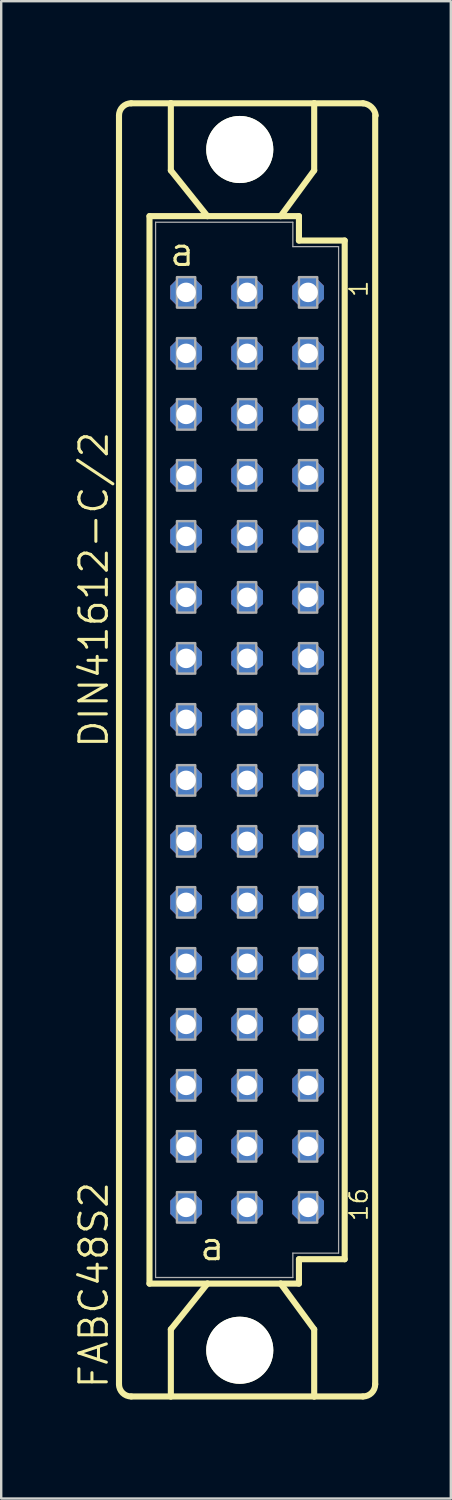
<source format=kicad_pcb>
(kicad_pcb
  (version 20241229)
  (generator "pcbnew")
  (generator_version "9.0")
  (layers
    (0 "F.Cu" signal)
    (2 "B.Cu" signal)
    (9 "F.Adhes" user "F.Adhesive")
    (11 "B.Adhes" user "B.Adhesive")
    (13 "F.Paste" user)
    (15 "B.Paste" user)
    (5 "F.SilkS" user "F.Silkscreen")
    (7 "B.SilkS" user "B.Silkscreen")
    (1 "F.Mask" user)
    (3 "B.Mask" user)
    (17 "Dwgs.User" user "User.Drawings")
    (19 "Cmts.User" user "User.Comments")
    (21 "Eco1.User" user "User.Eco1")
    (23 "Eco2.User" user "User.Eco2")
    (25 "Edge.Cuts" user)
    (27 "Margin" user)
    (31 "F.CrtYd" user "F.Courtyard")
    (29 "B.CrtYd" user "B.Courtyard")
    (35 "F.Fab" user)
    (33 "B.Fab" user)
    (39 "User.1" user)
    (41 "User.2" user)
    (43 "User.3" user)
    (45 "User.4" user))
  (footprint "FABC48S2"
    (layer "F.Cu")
    (at 7.239 28.175)
    (property "Reference" "FABC48S2" (at -5.715 26.67 90) (layer "F.SilkS") (effects (font (size 1.143 1.143) (thickness 0.127)) (justify left bottom)))
    (fp_line (start -5.334 26.416) (end -5.334 -26.416) (stroke (width 0.254) (type solid)) (layer "F.SilkS"))
    (fp_line (start -4.826 26.924) (end -3.175 26.924) (stroke (width 0.254) (type solid)) (layer "F.SilkS"))
    (fp_line (start -4.064 22.225) (end -4.064 -22.225) (stroke (width 0.254) (type solid)) (layer "F.SilkS"))
    (fp_line (start -3.175 -26.924) (end -4.826 -26.924) (stroke (width 0.254) (type solid)) (layer "F.SilkS"))
    (fp_line (start -3.175 -26.924) (end -3.175 -24.13) (stroke (width 0.254) (type solid)) (layer "F.SilkS"))
    (fp_line (start -3.175 26.924) (end -3.175 24.13) (stroke (width 0.254) (type solid)) (layer "F.SilkS"))
    (fp_line (start -3.175 26.924) (end 2.794 26.924) (stroke (width 0.254) (type solid)) (layer "F.SilkS"))
    (fp_line (start -1.651 -22.225) (end -4.064 -22.225) (stroke (width 0.254) (type solid)) (layer "F.SilkS"))
    (fp_line (start -1.651 -22.225) (end -3.175 -24.13) (stroke (width 0.254) (type solid)) (layer "F.SilkS"))
    (fp_line (start -1.651 -22.225) (end 1.397 -22.225) (stroke (width 0.254) (type solid)) (layer "F.SilkS"))
    (fp_line (start -1.651 22.225) (end -4.064 22.225) (stroke (width 0.254) (type solid)) (layer "F.SilkS"))
    (fp_line (start -1.651 22.225) (end -3.175 24.13) (stroke (width 0.254) (type solid)) (layer "F.SilkS"))
    (fp_line (start 1.397 -22.225) (end 2.159 -22.225) (stroke (width 0.254) (type solid)) (layer "F.SilkS"))
    (fp_line (start 1.397 -22.225) (end 2.794 -24.13) (stroke (width 0.254) (type solid)) (layer "F.SilkS"))
    (fp_line (start 1.397 22.225) (end -1.651 22.225) (stroke (width 0.254) (type solid)) (layer "F.SilkS"))
    (fp_line (start 1.397 22.225) (end 2.794 24.13) (stroke (width 0.254) (type solid)) (layer "F.SilkS"))
    (fp_line (start 2.159 -21.209) (end 2.159 -22.225) (stroke (width 0.254) (type solid)) (layer "F.SilkS"))
    (fp_line (start 2.159 21.209) (end 4.064 21.209) (stroke (width 0.254) (type solid)) (layer "F.SilkS"))
    (fp_line (start 2.159 22.225) (end 1.397 22.225) (stroke (width 0.254) (type solid)) (layer "F.SilkS"))
    (fp_line (start 2.159 22.225) (end 2.159 21.209) (stroke (width 0.254) (type solid)) (layer "F.SilkS"))
    (fp_line (start 2.794 -26.924) (end -3.175 -26.924) (stroke (width 0.254) (type solid)) (layer "F.SilkS"))
    (fp_line (start 2.794 -24.13) (end 2.794 -26.924) (stroke (width 0.254) (type solid)) (layer "F.SilkS"))
    (fp_line (start 2.794 26.924) (end 2.794 24.13) (stroke (width 0.254) (type solid)) (layer "F.SilkS"))
    (fp_line (start 2.794 26.924) (end 4.826 26.924) (stroke (width 0.254) (type solid)) (layer "F.SilkS"))
    (fp_line (start 4.064 -21.209) (end 2.159 -21.209) (stroke (width 0.254) (type solid)) (layer "F.SilkS"))
    (fp_line (start 4.064 21.209) (end 4.064 -21.209) (stroke (width 0.254) (type solid)) (layer "F.SilkS"))
    (fp_line (start 4.826 -26.924) (end 2.794 -26.924) (stroke (width 0.254) (type solid)) (layer "F.SilkS"))
    (fp_line (start 5.334 -26.416) (end 5.334 26.416) (stroke (width 0.254) (type solid)) (layer "F.SilkS"))
    (fp_arc (start -5.334 -26.416) (mid -5.18521 -26.77521) (end -4.826 -26.924) (stroke (width 0.254) (type solid)) (layer "F.SilkS"))
    (fp_arc (start -4.826 26.924) (mid -5.18521 26.77521) (end -5.334 26.416) (stroke (width 0.254) (type solid)) (layer "F.SilkS"))
    (fp_arc (start 4.826 -26.924) (mid 5.179437 -26.764314) (end 5.356 -26.418999) (stroke (width 0.254) (type solid)) (layer "F.SilkS"))
    (fp_arc (start 5.334 26.416) (mid 5.18521 26.77521) (end 4.826 26.924) (stroke (width 0.254) (type solid)) (layer "F.SilkS"))
    (fp_circle (center -0.305 -25) (end 0.965 -25) (stroke (width 0.254) (type solid)) (fill no) (layer "F.SilkS"))
    (fp_circle (center -0.305 25) (end 0.965 25) (stroke (width 0.254) (type solid)) (fill no) (layer "F.SilkS"))
    (fp_line (start -3.81 -21.971) (end -3.81 21.971) (stroke (width 0.051) (type solid)) (layer "F.Fab"))
    (fp_line (start 1.905 -21.971) (end -3.81 -21.971) (stroke (width 0.051) (type solid)) (layer "F.Fab"))
    (fp_line (start 1.905 -20.955) (end 1.905 -21.971) (stroke (width 0.051) (type solid)) (layer "F.Fab"))
    (fp_line (start 1.905 20.955) (end 1.905 21.971) (stroke (width 0.051) (type solid)) (layer "F.Fab"))
    (fp_line (start 1.905 20.955) (end 3.81 20.955) (stroke (width 0.051) (type solid)) (layer "F.Fab"))
    (fp_line (start 1.905 21.971) (end -3.81 21.971) (stroke (width 0.051) (type solid)) (layer "F.Fab"))
    (fp_line (start 3.81 -20.955) (end 1.905 -20.955) (stroke (width 0.051) (type solid)) (layer "F.Fab"))
    (fp_line (start 3.81 20.955) (end 3.81 -20.955) (stroke (width 0.051) (type solid)) (layer "F.Fab"))
    (fp_poly (pts (xy -2.921 -18.415) (xy -2.159 -18.415) (xy -2.159 -19.685) (xy -2.921 -19.685)) (stroke (width 0.1) (type default)) (fill no) (layer "F.Fab"))
    (fp_poly (pts (xy -2.921 -15.875) (xy -2.159 -15.875) (xy -2.159 -17.145) (xy -2.921 -17.145)) (stroke (width 0.1) (type default)) (fill no) (layer "F.Fab"))
    (fp_poly (pts (xy -2.921 -13.335) (xy -2.159 -13.335) (xy -2.159 -14.605) (xy -2.921 -14.605)) (stroke (width 0.1) (type default)) (fill no) (layer "F.Fab"))
    (fp_poly (pts (xy -2.921 -10.795) (xy -2.159 -10.795) (xy -2.159 -12.065) (xy -2.921 -12.065)) (stroke (width 0.1) (type default)) (fill no) (layer "F.Fab"))
    (fp_poly (pts (xy -2.921 -8.255) (xy -2.159 -8.255) (xy -2.159 -9.525) (xy -2.921 -9.525)) (stroke (width 0.1) (type default)) (fill no) (layer "F.Fab"))
    (fp_poly (pts (xy -2.921 -5.715) (xy -2.159 -5.715) (xy -2.159 -6.985) (xy -2.921 -6.985)) (stroke (width 0.1) (type default)) (fill no) (layer "F.Fab"))
    (fp_poly (pts (xy -2.921 -3.175) (xy -2.159 -3.175) (xy -2.159 -4.445) (xy -2.921 -4.445)) (stroke (width 0.1) (type default)) (fill no) (layer "F.Fab"))
    (fp_poly (pts (xy -2.921 -0.635) (xy -2.159 -0.635) (xy -2.159 -1.905) (xy -2.921 -1.905)) (stroke (width 0.1) (type default)) (fill no) (layer "F.Fab"))
    (fp_poly (pts (xy -2.921 1.905) (xy -2.159 1.905) (xy -2.159 0.635) (xy -2.921 0.635)) (stroke (width 0.1) (type default)) (fill no) (layer "F.Fab"))
    (fp_poly (pts (xy -2.921 4.445) (xy -2.159 4.445) (xy -2.159 3.175) (xy -2.921 3.175)) (stroke (width 0.1) (type default)) (fill no) (layer "F.Fab"))
    (fp_poly (pts (xy -2.921 6.985) (xy -2.159 6.985) (xy -2.159 5.715) (xy -2.921 5.715)) (stroke (width 0.1) (type default)) (fill no) (layer "F.Fab"))
    (fp_poly (pts (xy -2.921 9.525) (xy -2.159 9.525) (xy -2.159 8.255) (xy -2.921 8.255)) (stroke (width 0.1) (type default)) (fill no) (layer "F.Fab"))
    (fp_poly (pts (xy -2.921 12.065) (xy -2.159 12.065) (xy -2.159 10.795) (xy -2.921 10.795)) (stroke (width 0.1) (type default)) (fill no) (layer "F.Fab"))
    (fp_poly (pts (xy -2.921 14.605) (xy -2.159 14.605) (xy -2.159 13.335) (xy -2.921 13.335)) (stroke (width 0.1) (type default)) (fill no) (layer "F.Fab"))
    (fp_poly (pts (xy -2.921 17.145) (xy -2.159 17.145) (xy -2.159 15.875) (xy -2.921 15.875)) (stroke (width 0.1) (type default)) (fill no) (layer "F.Fab"))
    (fp_poly (pts (xy -2.921 19.685) (xy -2.159 19.685) (xy -2.159 18.415) (xy -2.921 18.415)) (stroke (width 0.1) (type default)) (fill no) (layer "F.Fab"))
    (fp_poly (pts (xy -0.381 -18.415) (xy 0.381 -18.415) (xy 0.381 -19.685) (xy -0.381 -19.685)) (stroke (width 0.1) (type default)) (fill no) (layer "F.Fab"))
    (fp_poly (pts (xy -0.381 -15.875) (xy 0.381 -15.875) (xy 0.381 -17.145) (xy -0.381 -17.145)) (stroke (width 0.1) (type default)) (fill no) (layer "F.Fab"))
    (fp_poly (pts (xy -0.381 -13.335) (xy 0.381 -13.335) (xy 0.381 -14.605) (xy -0.381 -14.605)) (stroke (width 0.1) (type default)) (fill no) (layer "F.Fab"))
    (fp_poly (pts (xy -0.381 -10.795) (xy 0.381 -10.795) (xy 0.381 -12.065) (xy -0.381 -12.065)) (stroke (width 0.1) (type default)) (fill no) (layer "F.Fab"))
    (fp_poly (pts (xy -0.381 -8.255) (xy 0.381 -8.255) (xy 0.381 -9.525) (xy -0.381 -9.525)) (stroke (width 0.1) (type default)) (fill no) (layer "F.Fab"))
    (fp_poly (pts (xy -0.381 -5.715) (xy 0.381 -5.715) (xy 0.381 -6.985) (xy -0.381 -6.985)) (stroke (width 0.1) (type default)) (fill no) (layer "F.Fab"))
    (fp_poly (pts (xy -0.381 -3.175) (xy 0.381 -3.175) (xy 0.381 -4.445) (xy -0.381 -4.445)) (stroke (width 0.1) (type default)) (fill no) (layer "F.Fab"))
    (fp_poly (pts (xy -0.381 -0.635) (xy 0.381 -0.635) (xy 0.381 -1.905) (xy -0.381 -1.905)) (stroke (width 0.1) (type default)) (fill no) (layer "F.Fab"))
    (fp_poly (pts (xy -0.381 1.905) (xy 0.381 1.905) (xy 0.381 0.635) (xy -0.381 0.635)) (stroke (width 0.1) (type default)) (fill no) (layer "F.Fab"))
    (fp_poly (pts (xy -0.381 4.445) (xy 0.381 4.445) (xy 0.381 3.175) (xy -0.381 3.175)) (stroke (width 0.1) (type default)) (fill no) (layer "F.Fab"))
    (fp_poly (pts (xy -0.381 6.985) (xy 0.381 6.985) (xy 0.381 5.715) (xy -0.381 5.715)) (stroke (width 0.1) (type default)) (fill no) (layer "F.Fab"))
    (fp_poly (pts (xy -0.381 9.525) (xy 0.381 9.525) (xy 0.381 8.255) (xy -0.381 8.255)) (stroke (width 0.1) (type default)) (fill no) (layer "F.Fab"))
    (fp_poly (pts (xy -0.381 12.065) (xy 0.381 12.065) (xy 0.381 10.795) (xy -0.381 10.795)) (stroke (width 0.1) (type default)) (fill no) (layer "F.Fab"))
    (fp_poly (pts (xy -0.381 14.605) (xy 0.381 14.605) (xy 0.381 13.335) (xy -0.381 13.335)) (stroke (width 0.1) (type default)) (fill no) (layer "F.Fab"))
    (fp_poly (pts (xy -0.381 17.145) (xy 0.381 17.145) (xy 0.381 15.875) (xy -0.381 15.875)) (stroke (width 0.1) (type default)) (fill no) (layer "F.Fab"))
    (fp_poly (pts (xy -0.381 19.685) (xy 0.381 19.685) (xy 0.381 18.415) (xy -0.381 18.415)) (stroke (width 0.1) (type default)) (fill no) (layer "F.Fab"))
    (fp_poly (pts (xy 2.159 -18.415) (xy 2.921 -18.415) (xy 2.921 -19.685) (xy 2.159 -19.685)) (stroke (width 0.1) (type default)) (fill no) (layer "F.Fab"))
    (fp_poly (pts (xy 2.159 -15.875) (xy 2.921 -15.875) (xy 2.921 -17.145) (xy 2.159 -17.145)) (stroke (width 0.1) (type default)) (fill no) (layer "F.Fab"))
    (fp_poly (pts (xy 2.159 -13.335) (xy 2.921 -13.335) (xy 2.921 -14.605) (xy 2.159 -14.605)) (stroke (width 0.1) (type default)) (fill no) (layer "F.Fab"))
    (fp_poly (pts (xy 2.159 -10.795) (xy 2.921 -10.795) (xy 2.921 -12.065) (xy 2.159 -12.065)) (stroke (width 0.1) (type default)) (fill no) (layer "F.Fab"))
    (fp_poly (pts (xy 2.159 -8.255) (xy 2.921 -8.255) (xy 2.921 -9.525) (xy 2.159 -9.525)) (stroke (width 0.1) (type default)) (fill no) (layer "F.Fab"))
    (fp_poly (pts (xy 2.159 -5.715) (xy 2.921 -5.715) (xy 2.921 -6.985) (xy 2.159 -6.985)) (stroke (width 0.1) (type default)) (fill no) (layer "F.Fab"))
    (fp_poly (pts (xy 2.159 -3.175) (xy 2.921 -3.175) (xy 2.921 -4.445) (xy 2.159 -4.445)) (stroke (width 0.1) (type default)) (fill no) (layer "F.Fab"))
    (fp_poly (pts (xy 2.159 -0.635) (xy 2.921 -0.635) (xy 2.921 -1.905) (xy 2.159 -1.905)) (stroke (width 0.1) (type default)) (fill no) (layer "F.Fab"))
    (fp_poly (pts (xy 2.159 1.905) (xy 2.921 1.905) (xy 2.921 0.635) (xy 2.159 0.635)) (stroke (width 0.1) (type default)) (fill no) (layer "F.Fab"))
    (fp_poly (pts (xy 2.159 4.445) (xy 2.921 4.445) (xy 2.921 3.175) (xy 2.159 3.175)) (stroke (width 0.1) (type default)) (fill no) (layer "F.Fab"))
    (fp_poly (pts (xy 2.159 6.985) (xy 2.921 6.985) (xy 2.921 5.715) (xy 2.159 5.715)) (stroke (width 0.1) (type default)) (fill no) (layer "F.Fab"))
    (fp_poly (pts (xy 2.159 9.525) (xy 2.921 9.525) (xy 2.921 8.255) (xy 2.159 8.255)) (stroke (width 0.1) (type default)) (fill no) (layer "F.Fab"))
    (fp_poly (pts (xy 2.159 12.065) (xy 2.921 12.065) (xy 2.921 10.795) (xy 2.159 10.795)) (stroke (width 0.1) (type default)) (fill no) (layer "F.Fab"))
    (fp_poly (pts (xy 2.159 14.605) (xy 2.921 14.605) (xy 2.921 13.335) (xy 2.159 13.335)) (stroke (width 0.1) (type default)) (fill no) (layer "F.Fab"))
    (fp_poly (pts (xy 2.159 17.145) (xy 2.921 17.145) (xy 2.921 15.875) (xy 2.159 15.875)) (stroke (width 0.1) (type default)) (fill no) (layer "F.Fab"))
    (fp_poly (pts (xy 2.159 19.685) (xy 2.921 19.685) (xy 2.921 18.415) (xy 2.159 18.415)) (stroke (width 0.1) (type default)) (fill no) (layer "F.Fab"))
    (fp_text user "DIN41612-C/2" (at -5.715 0 90) (layer "F.SilkS") (effects (font (size 1.143 1.143) (thickness 0.127)) (justify left bottom)))
    (fp_text user "16" (at 5.08 19.685 90) (layer "F.SilkS") (effects (font (size 0.732 0.732) (thickness 0.081)) (justify left bottom)))
    (fp_text user " a " (at -2.921 21.336 0) (layer "F.SilkS") (effects (font (size 1.143 1.143) (thickness 0.127)) (justify left bottom)))
    (fp_text user "a" (at -3.302 -20.066 0) (layer "F.SilkS") (effects (font (size 1.143 1.143) (thickness 0.127)) (justify left bottom)))
    (fp_text user "1" (at 5.08 -18.796 90) (layer "F.SilkS") (effects (font (size 0.732 0.732) (thickness 0.081)) (justify left bottom)))
    (pad "" np_thru_hole circle (at -0.305 -25) (size 2.794 2.794) (drill 2.794) (layers "*.Cu" "*.Mask"))
    (pad "" np_thru_hole circle (at -0.305 25) (size 2.794 2.794) (drill 2.794) (layers "*.Cu" "*.Mask"))
    (pad "A1" thru_hole roundrect (at -2.54 -19.05) (size 1.321 1.321) (drill 0.813) (layers "*.Cu" "*.Mask") (roundrect_rratio 0.25) (chamfer_ratio 0.293) (chamfer top_left top_right bottom_left bottom_right))
    (pad "A2" thru_hole roundrect (at -2.54 -16.51) (size 1.321 1.321) (drill 0.813) (layers "*.Cu" "*.Mask") (roundrect_rratio 0.25) (chamfer_ratio 0.293) (chamfer top_left top_right bottom_left bottom_right))
    (pad "A3" thru_hole roundrect (at -2.54 -13.97) (size 1.321 1.321) (drill 0.813) (layers "*.Cu" "*.Mask") (roundrect_rratio 0.25) (chamfer_ratio 0.293) (chamfer top_left top_right bottom_left bottom_right))
    (pad "A4" thru_hole roundrect (at -2.54 -11.43) (size 1.321 1.321) (drill 0.813) (layers "*.Cu" "*.Mask") (roundrect_rratio 0.25) (chamfer_ratio 0.293) (chamfer top_left top_right bottom_left bottom_right))
    (pad "A5" thru_hole roundrect (at -2.54 -8.89) (size 1.321 1.321) (drill 0.813) (layers "*.Cu" "*.Mask") (roundrect_rratio 0.25) (chamfer_ratio 0.293) (chamfer top_left top_right bottom_left bottom_right))
    (pad "A6" thru_hole roundrect (at -2.54 -6.35) (size 1.321 1.321) (drill 0.813) (layers "*.Cu" "*.Mask") (roundrect_rratio 0.25) (chamfer_ratio 0.293) (chamfer top_left top_right bottom_left bottom_right))
    (pad "A7" thru_hole roundrect (at -2.54 -3.81) (size 1.321 1.321) (drill 0.813) (layers "*.Cu" "*.Mask") (roundrect_rratio 0.25) (chamfer_ratio 0.293) (chamfer top_left top_right bottom_left bottom_right))
    (pad "A8" thru_hole roundrect (at -2.54 -1.27) (size 1.321 1.321) (drill 0.813) (layers "*.Cu" "*.Mask") (roundrect_rratio 0.25) (chamfer_ratio 0.293) (chamfer top_left top_right bottom_left bottom_right))
    (pad "A9" thru_hole roundrect (at -2.54 1.27) (size 1.321 1.321) (drill 0.813) (layers "*.Cu" "*.Mask") (roundrect_rratio 0.25) (chamfer_ratio 0.293) (chamfer top_left top_right bottom_left bottom_right))
    (pad "A10" thru_hole roundrect (at -2.54 3.81) (size 1.321 1.321) (drill 0.813) (layers "*.Cu" "*.Mask") (roundrect_rratio 0.25) (chamfer_ratio 0.293) (chamfer top_left top_right bottom_left bottom_right))
    (pad "A11" thru_hole roundrect (at -2.54 6.35) (size 1.321 1.321) (drill 0.813) (layers "*.Cu" "*.Mask") (roundrect_rratio 0.25) (chamfer_ratio 0.293) (chamfer top_left top_right bottom_left bottom_right))
    (pad "A12" thru_hole roundrect (at -2.54 8.89) (size 1.321 1.321) (drill 0.813) (layers "*.Cu" "*.Mask") (roundrect_rratio 0.25) (chamfer_ratio 0.293) (chamfer top_left top_right bottom_left bottom_right))
    (pad "A13" thru_hole roundrect (at -2.54 11.43) (size 1.321 1.321) (drill 0.813) (layers "*.Cu" "*.Mask") (roundrect_rratio 0.25) (chamfer_ratio 0.293) (chamfer top_left top_right bottom_left bottom_right))
    (pad "A14" thru_hole roundrect (at -2.54 13.97) (size 1.321 1.321) (drill 0.813) (layers "*.Cu" "*.Mask") (roundrect_rratio 0.25) (chamfer_ratio 0.293) (chamfer top_left top_right bottom_left bottom_right))
    (pad "A15" thru_hole roundrect (at -2.54 16.51) (size 1.321 1.321) (drill 0.813) (layers "*.Cu" "*.Mask") (roundrect_rratio 0.25) (chamfer_ratio 0.293) (chamfer top_left top_right bottom_left bottom_right))
    (pad "A16" thru_hole roundrect (at -2.54 19.05) (size 1.321 1.321) (drill 0.813) (layers "*.Cu" "*.Mask") (roundrect_rratio 0.25) (chamfer_ratio 0.293) (chamfer top_left top_right bottom_left bottom_right))
    (pad "B1" thru_hole roundrect (at 0 -19.05) (size 1.321 1.321) (drill 0.813) (layers "*.Cu" "*.Mask") (roundrect_rratio 0.25) (chamfer_ratio 0.293) (chamfer top_left top_right bottom_left bottom_right))
    (pad "B2" thru_hole roundrect (at 0 -16.51) (size 1.321 1.321) (drill 0.813) (layers "*.Cu" "*.Mask") (roundrect_rratio 0.25) (chamfer_ratio 0.293) (chamfer top_left top_right bottom_left bottom_right))
    (pad "B3" thru_hole roundrect (at 0 -13.97) (size 1.321 1.321) (drill 0.813) (layers "*.Cu" "*.Mask") (roundrect_rratio 0.25) (chamfer_ratio 0.293) (chamfer top_left top_right bottom_left bottom_right))
    (pad "B4" thru_hole roundrect (at 0 -11.43) (size 1.321 1.321) (drill 0.813) (layers "*.Cu" "*.Mask") (roundrect_rratio 0.25) (chamfer_ratio 0.293) (chamfer top_left top_right bottom_left bottom_right))
    (pad "B5" thru_hole roundrect (at 0 -8.89) (size 1.321 1.321) (drill 0.813) (layers "*.Cu" "*.Mask") (roundrect_rratio 0.25) (chamfer_ratio 0.293) (chamfer top_left top_right bottom_left bottom_right))
    (pad "B6" thru_hole roundrect (at 0 -6.35) (size 1.321 1.321) (drill 0.813) (layers "*.Cu" "*.Mask") (roundrect_rratio 0.25) (chamfer_ratio 0.293) (chamfer top_left top_right bottom_left bottom_right))
    (pad "B7" thru_hole roundrect (at 0 -3.81) (size 1.321 1.321) (drill 0.813) (layers "*.Cu" "*.Mask") (roundrect_rratio 0.25) (chamfer_ratio 0.293) (chamfer top_left top_right bottom_left bottom_right))
    (pad "B8" thru_hole roundrect (at 0 -1.27) (size 1.321 1.321) (drill 0.813) (layers "*.Cu" "*.Mask") (roundrect_rratio 0.25) (chamfer_ratio 0.293) (chamfer top_left top_right bottom_left bottom_right))
    (pad "B9" thru_hole roundrect (at 0 1.27) (size 1.321 1.321) (drill 0.813) (layers "*.Cu" "*.Mask") (roundrect_rratio 0.25) (chamfer_ratio 0.293) (chamfer top_left top_right bottom_left bottom_right))
    (pad "B10" thru_hole roundrect (at 0 3.81) (size 1.321 1.321) (drill 0.813) (layers "*.Cu" "*.Mask") (roundrect_rratio 0.25) (chamfer_ratio 0.293) (chamfer top_left top_right bottom_left bottom_right))
    (pad "B11" thru_hole roundrect (at 0 6.35) (size 1.321 1.321) (drill 0.813) (layers "*.Cu" "*.Mask") (roundrect_rratio 0.25) (chamfer_ratio 0.293) (chamfer top_left top_right bottom_left bottom_right))
    (pad "B12" thru_hole roundrect (at 0 8.89) (size 1.321 1.321) (drill 0.813) (layers "*.Cu" "*.Mask") (roundrect_rratio 0.25) (chamfer_ratio 0.293) (chamfer top_left top_right bottom_left bottom_right))
    (pad "B13" thru_hole roundrect (at 0 11.43) (size 1.321 1.321) (drill 0.813) (layers "*.Cu" "*.Mask") (roundrect_rratio 0.25) (chamfer_ratio 0.293) (chamfer top_left top_right bottom_left bottom_right))
    (pad "B14" thru_hole roundrect (at 0 13.97) (size 1.321 1.321) (drill 0.813) (layers "*.Cu" "*.Mask") (roundrect_rratio 0.25) (chamfer_ratio 0.293) (chamfer top_left top_right bottom_left bottom_right))
    (pad "B15" thru_hole roundrect (at 0 16.51) (size 1.321 1.321) (drill 0.813) (layers "*.Cu" "*.Mask") (roundrect_rratio 0.25) (chamfer_ratio 0.293) (chamfer top_left top_right bottom_left bottom_right))
    (pad "B16" thru_hole roundrect (at 0 19.05) (size 1.321 1.321) (drill 0.813) (layers "*.Cu" "*.Mask") (roundrect_rratio 0.25) (chamfer_ratio 0.293) (chamfer top_left top_right bottom_left bottom_right))
    (pad "C1" thru_hole roundrect (at 2.54 -19.05) (size 1.321 1.321) (drill 0.813) (layers "*.Cu" "*.Mask") (roundrect_rratio 0.25) (chamfer_ratio 0.293) (chamfer top_left top_right bottom_left bottom_right))
    (pad "C2" thru_hole roundrect (at 2.54 -16.51) (size 1.321 1.321) (drill 0.813) (layers "*.Cu" "*.Mask") (roundrect_rratio 0.25) (chamfer_ratio 0.293) (chamfer top_left top_right bottom_left bottom_right))
    (pad "C3" thru_hole roundrect (at 2.54 -13.97) (size 1.321 1.321) (drill 0.813) (layers "*.Cu" "*.Mask") (roundrect_rratio 0.25) (chamfer_ratio 0.293) (chamfer top_left top_right bottom_left bottom_right))
    (pad "C4" thru_hole roundrect (at 2.54 -11.43) (size 1.321 1.321) (drill 0.813) (layers "*.Cu" "*.Mask") (roundrect_rratio 0.25) (chamfer_ratio 0.293) (chamfer top_left top_right bottom_left bottom_right))
    (pad "C5" thru_hole roundrect (at 2.54 -8.89) (size 1.321 1.321) (drill 0.813) (layers "*.Cu" "*.Mask") (roundrect_rratio 0.25) (chamfer_ratio 0.293) (chamfer top_left top_right bottom_left bottom_right))
    (pad "C6" thru_hole roundrect (at 2.54 -6.35) (size 1.321 1.321) (drill 0.813) (layers "*.Cu" "*.Mask") (roundrect_rratio 0.25) (chamfer_ratio 0.293) (chamfer top_left top_right bottom_left bottom_right))
    (pad "C7" thru_hole roundrect (at 2.54 -3.81) (size 1.321 1.321) (drill 0.813) (layers "*.Cu" "*.Mask") (roundrect_rratio 0.25) (chamfer_ratio 0.293) (chamfer top_left top_right bottom_left bottom_right))
    (pad "C8" thru_hole roundrect (at 2.54 -1.27) (size 1.321 1.321) (drill 0.813) (layers "*.Cu" "*.Mask") (roundrect_rratio 0.25) (chamfer_ratio 0.293) (chamfer top_left top_right bottom_left bottom_right))
    (pad "C9" thru_hole roundrect (at 2.54 1.27) (size 1.321 1.321) (drill 0.813) (layers "*.Cu" "*.Mask") (roundrect_rratio 0.25) (chamfer_ratio 0.293) (chamfer top_left top_right bottom_left bottom_right))
    (pad "C10" thru_hole roundrect (at 2.54 3.81) (size 1.321 1.321) (drill 0.813) (layers "*.Cu" "*.Mask") (roundrect_rratio 0.25) (chamfer_ratio 0.293) (chamfer top_left top_right bottom_left bottom_right))
    (pad "C11" thru_hole roundrect (at 2.54 6.35) (size 1.321 1.321) (drill 0.813) (layers "*.Cu" "*.Mask") (roundrect_rratio 0.25) (chamfer_ratio 0.293) (chamfer top_left top_right bottom_left bottom_right))
    (pad "C12" thru_hole roundrect (at 2.54 8.89) (size 1.321 1.321) (drill 0.813) (layers "*.Cu" "*.Mask") (roundrect_rratio 0.25) (chamfer_ratio 0.293) (chamfer top_left top_right bottom_left bottom_right))
    (pad "C13" thru_hole roundrect (at 2.54 11.43) (size 1.321 1.321) (drill 0.813) (layers "*.Cu" "*.Mask") (roundrect_rratio 0.25) (chamfer_ratio 0.293) (chamfer top_left top_right bottom_left bottom_right))
    (pad "C14" thru_hole roundrect (at 2.54 13.97) (size 1.321 1.321) (drill 0.813) (layers "*.Cu" "*.Mask") (roundrect_rratio 0.25) (chamfer_ratio 0.293) (chamfer top_left top_right bottom_left bottom_right))
    (pad "C15" thru_hole roundrect (at 2.54 16.51) (size 1.321 1.321) (drill 0.813) (layers "*.Cu" "*.Mask") (roundrect_rratio 0.25) (chamfer_ratio 0.293) (chamfer top_left top_right bottom_left bottom_right))
    (pad "C16" thru_hole roundrect (at 2.54 19.05) (size 1.321 1.321) (drill 0.813) (layers "*.Cu" "*.Mask") (roundrect_rratio 0.25) (chamfer_ratio 0.293) (chamfer top_left top_right bottom_left bottom_right))
    (zone (net_name "") (layers "F.Cu" "B.Cu") (hatch edge 0.5) (connect_pads) (min_thickness 0.25) (filled_areas_thickness no) (keepout (tracks allowed) (vias not_allowed) (pads allowed) (copperpour allowed) (footprints allowed)) (placement (enabled no)) (fill) (polygon (pts (xy 10.109 3.175) (xy 10.089 2.82) (xy 10.03 2.468) (xy 9.931 2.126) (xy 9.795 1.797) (xy 9.623 1.486) (xy 9.417 1.195) (xy 9.179 0.93) (xy 8.914 0.693) (xy 8.623 0.487) (xy 8.312 0.314) (xy 7.983 0.178) (xy 7.641 0.08) (xy 7.29 0.02) (xy 6.934 0) (xy 6.579 0.02) (xy 6.228 0.08) (xy 5.886 0.178) (xy 5.557 0.314) (xy 5.245 0.487) (xy 4.955 0.693) (xy 4.689 0.93) (xy 4.452 1.195) (xy 4.246 1.486) (xy 4.074 1.797) (xy 3.937 2.126) (xy 3.839 2.468) (xy 3.779 2.82) (xy 3.759 3.175) (xy 3.779 3.53) (xy 3.839 3.882) (xy 3.937 4.224) (xy 4.074 4.553) (xy 4.246 4.864) (xy 4.452 5.155) (xy 4.689 5.42) (xy 4.955 5.657) (xy 5.245 5.863) (xy 5.557 6.036) (xy 5.886 6.172) (xy 6.228 6.27) (xy 6.579 6.33) (xy 6.934 6.35) (xy 7.29 6.33) (xy 7.641 6.27) (xy 7.983 6.172) (xy 8.312 6.036) (xy 8.623 5.863) (xy 8.914 5.657) (xy 9.179 5.42) (xy 9.417 5.155) (xy 9.623 4.864) (xy 9.795 4.553) (xy 9.931 4.224) (xy 10.03 3.882) (xy 10.089 3.53))) (polygon (pts (xy 8.331 3.175) (xy 8.311 2.939) (xy 8.251 2.71) (xy 8.154 2.494) (xy 8.021 2.297) (xy 7.857 2.126) (xy 7.667 1.985) (xy 7.455 1.879) (xy 7.229 1.809) (xy 6.993 1.779) (xy 6.757 1.789) (xy 6.525 1.839) (xy 6.305 1.928) (xy 6.103 2.052) (xy 5.926 2.208) (xy 5.777 2.393) (xy 5.661 2.6) (xy 5.582 2.823) (xy 5.542 3.057) (xy 5.542 3.293) (xy 5.582 3.527) (xy 5.661 3.75) (xy 5.777 3.957) (xy 5.926 4.142) (xy 6.103 4.298) (xy 6.305 4.422) (xy 6.525 4.511) (xy 6.757 4.561) (xy 6.993 4.571) (xy 7.229 4.541) (xy 7.455 4.471) (xy 7.667 4.365) (xy 7.857 4.224) (xy 8.021 4.053) (xy 8.154 3.856) (xy 8.251 3.64) (xy 8.311 3.411))))
    (zone (net_name "") (layers "F.Cu" "B.Cu") (hatch edge 0.5) (connect_pads) (min_thickness 0.25) (filled_areas_thickness no) (keepout (tracks allowed) (vias not_allowed) (pads allowed) (copperpour allowed) (footprints allowed)) (placement (enabled no)) (fill) (polygon (pts (xy 10.109 53.175) (xy 10.089 52.82) (xy 10.03 52.468) (xy 9.931 52.126) (xy 9.795 51.797) (xy 9.623 51.486) (xy 9.417 51.195) (xy 9.179 50.93) (xy 8.914 50.693) (xy 8.623 50.487) (xy 8.312 50.314) (xy 7.983 50.178) (xy 7.641 50.08) (xy 7.29 50.02) (xy 6.934 50) (xy 6.579 50.02) (xy 6.228 50.08) (xy 5.886 50.178) (xy 5.557 50.314) (xy 5.245 50.487) (xy 4.955 50.693) (xy 4.689 50.93) (xy 4.452 51.195) (xy 4.246 51.486) (xy 4.074 51.797) (xy 3.937 52.126) (xy 3.839 52.468) (xy 3.779 52.82) (xy 3.759 53.175) (xy 3.779 53.53) (xy 3.839 53.882) (xy 3.937 54.224) (xy 4.074 54.553) (xy 4.246 54.864) (xy 4.452 55.155) (xy 4.689 55.42) (xy 4.955 55.657) (xy 5.245 55.863) (xy 5.557 56.036) (xy 5.886 56.172) (xy 6.228 56.27) (xy 6.579 56.33) (xy 6.934 56.35) (xy 7.29 56.33) (xy 7.641 56.27) (xy 7.983 56.172) (xy 8.312 56.036) (xy 8.623 55.863) (xy 8.914 55.657) (xy 9.179 55.42) (xy 9.417 55.155) (xy 9.623 54.864) (xy 9.795 54.553) (xy 9.931 54.224) (xy 10.03 53.882) (xy 10.089 53.53))) (polygon (pts (xy 8.331 53.175) (xy 8.311 52.939) (xy 8.251 52.71) (xy 8.154 52.494) (xy 8.021 52.297) (xy 7.857 52.126) (xy 7.667 51.985) (xy 7.455 51.879) (xy 7.229 51.809) (xy 6.993 51.779) (xy 6.757 51.789) (xy 6.525 51.839) (xy 6.305 51.928) (xy 6.103 52.052) (xy 5.926 52.208) (xy 5.777 52.393) (xy 5.661 52.6) (xy 5.582 52.823) (xy 5.542 53.057) (xy 5.542 53.293) (xy 5.582 53.527) (xy 5.661 53.75) (xy 5.777 53.957) (xy 5.926 54.142) (xy 6.103 54.298) (xy 6.305 54.422) (xy 6.525 54.511) (xy 6.757 54.561) (xy 6.993 54.571) (xy 7.229 54.541) (xy 7.455 54.471) (xy 7.667 54.365) (xy 7.857 54.224) (xy 8.021 54.053) (xy 8.154 53.856) (xy 8.251 53.64) (xy 8.311 53.411))))
    (zone (net_name "") (layer "B.Cu") (hatch edge 0.5) (connect_pads) (min_thickness 0.25) (filled_areas_thickness no) (keepout (tracks not_allowed) (vias not_allowed) (pads not_allowed) (copperpour not_allowed) (footprints allowed)) (placement (enabled no)) (fill) (polygon (pts (xy 10.109 3.175) (xy 10.089 2.82) (xy 10.03 2.468) (xy 9.931 2.126) (xy 9.795 1.797) (xy 9.623 1.486) (xy 9.417 1.195) (xy 9.179 0.93) (xy 8.914 0.693) (xy 8.623 0.487) (xy 8.312 0.314) (xy 7.983 0.178) (xy 7.641 0.08) (xy 7.29 0.02) (xy 6.934 0) (xy 6.579 0.02) (xy 6.228 0.08) (xy 5.886 0.178) (xy 5.557 0.314) (xy 5.245 0.487) (xy 4.955 0.693) (xy 4.689 0.93) (xy 4.452 1.195) (xy 4.246 1.486) (xy 4.074 1.797) (xy 3.937 2.126) (xy 3.839 2.468) (xy 3.779 2.82) (xy 3.759 3.175) (xy 3.779 3.53) (xy 3.839 3.882) (xy 3.937 4.224) (xy 4.074 4.553) (xy 4.246 4.864) (xy 4.452 5.155) (xy 4.689 5.42) (xy 4.955 5.657) (xy 5.245 5.863) (xy 5.557 6.036) (xy 5.886 6.172) (xy 6.228 6.27) (xy 6.579 6.33) (xy 6.934 6.35) (xy 7.29 6.33) (xy 7.641 6.27) (xy 7.983 6.172) (xy 8.312 6.036) (xy 8.623 5.863) (xy 8.914 5.657) (xy 9.179 5.42) (xy 9.417 5.155) (xy 9.623 4.864) (xy 9.795 4.553) (xy 9.931 4.224) (xy 10.03 3.882) (xy 10.089 3.53))) (polygon (pts (xy 8.331 3.175) (xy 8.311 2.939) (xy 8.251 2.71) (xy 8.154 2.494) (xy 8.021 2.297) (xy 7.857 2.126) (xy 7.667 1.985) (xy 7.455 1.879) (xy 7.229 1.809) (xy 6.993 1.779) (xy 6.757 1.789) (xy 6.525 1.839) (xy 6.305 1.928) (xy 6.103 2.052) (xy 5.926 2.208) (xy 5.777 2.393) (xy 5.661 2.6) (xy 5.582 2.823) (xy 5.542 3.057) (xy 5.542 3.293) (xy 5.582 3.527) (xy 5.661 3.75) (xy 5.777 3.957) (xy 5.926 4.142) (xy 6.103 4.298) (xy 6.305 4.422) (xy 6.525 4.511) (xy 6.757 4.561) (xy 6.993 4.571) (xy 7.229 4.541) (xy 7.455 4.471) (xy 7.667 4.365) (xy 7.857 4.224) (xy 8.021 4.053) (xy 8.154 3.856) (xy 8.251 3.64) (xy 8.311 3.411))))
    (zone (net_name "") (layer "B.Cu") (hatch edge 0.5) (connect_pads) (min_thickness 0.25) (filled_areas_thickness no) (keepout (tracks not_allowed) (vias not_allowed) (pads not_allowed) (copperpour not_allowed) (footprints allowed)) (placement (enabled no)) (fill) (polygon (pts (xy 10.109 53.175) (xy 10.089 52.82) (xy 10.03 52.468) (xy 9.931 52.126) (xy 9.795 51.797) (xy 9.623 51.486) (xy 9.417 51.195) (xy 9.179 50.93) (xy 8.914 50.693) (xy 8.623 50.487) (xy 8.312 50.314) (xy 7.983 50.178) (xy 7.641 50.08) (xy 7.29 50.02) (xy 6.934 50) (xy 6.579 50.02) (xy 6.228 50.08) (xy 5.886 50.178) (xy 5.557 50.314) (xy 5.245 50.487) (xy 4.955 50.693) (xy 4.689 50.93) (xy 4.452 51.195) (xy 4.246 51.486) (xy 4.074 51.797) (xy 3.937 52.126) (xy 3.839 52.468) (xy 3.779 52.82) (xy 3.759 53.175) (xy 3.779 53.53) (xy 3.839 53.882) (xy 3.937 54.224) (xy 4.074 54.553) (xy 4.246 54.864) (xy 4.452 55.155) (xy 4.689 55.42) (xy 4.955 55.657) (xy 5.245 55.863) (xy 5.557 56.036) (xy 5.886 56.172) (xy 6.228 56.27) (xy 6.579 56.33) (xy 6.934 56.35) (xy 7.29 56.33) (xy 7.641 56.27) (xy 7.983 56.172) (xy 8.312 56.036) (xy 8.623 55.863) (xy 8.914 55.657) (xy 9.179 55.42) (xy 9.417 55.155) (xy 9.623 54.864) (xy 9.795 54.553) (xy 9.931 54.224) (xy 10.03 53.882) (xy 10.089 53.53))) (polygon (pts (xy 8.331 53.175) (xy 8.311 52.939) (xy 8.251 52.71) (xy 8.154 52.494) (xy 8.021 52.297) (xy 7.857 52.126) (xy 7.667 51.985) (xy 7.455 51.879) (xy 7.229 51.809) (xy 6.993 51.779) (xy 6.757 51.789) (xy 6.525 51.839) (xy 6.305 51.928) (xy 6.103 52.052) (xy 5.926 52.208) (xy 5.777 52.393) (xy 5.661 52.6) (xy 5.582 52.823) (xy 5.542 53.057) (xy 5.542 53.293) (xy 5.582 53.527) (xy 5.661 53.75) (xy 5.777 53.957) (xy 5.926 54.142) (xy 6.103 54.298) (xy 6.305 54.422) (xy 6.525 54.511) (xy 6.757 54.561) (xy 6.993 54.571) (xy 7.229 54.541) (xy 7.455 54.471) (xy 7.667 54.365) (xy 7.857 54.224) (xy 8.021 54.053) (xy 8.154 53.856) (xy 8.251 53.64) (xy 8.311 53.411)))))
  (gr_rect
    (start -3 -3)
    (end 15.722 59.35)
    (stroke (width 0.1) (type default))
    (fill no)
    (layer "Edge.Cuts")))
</source>
